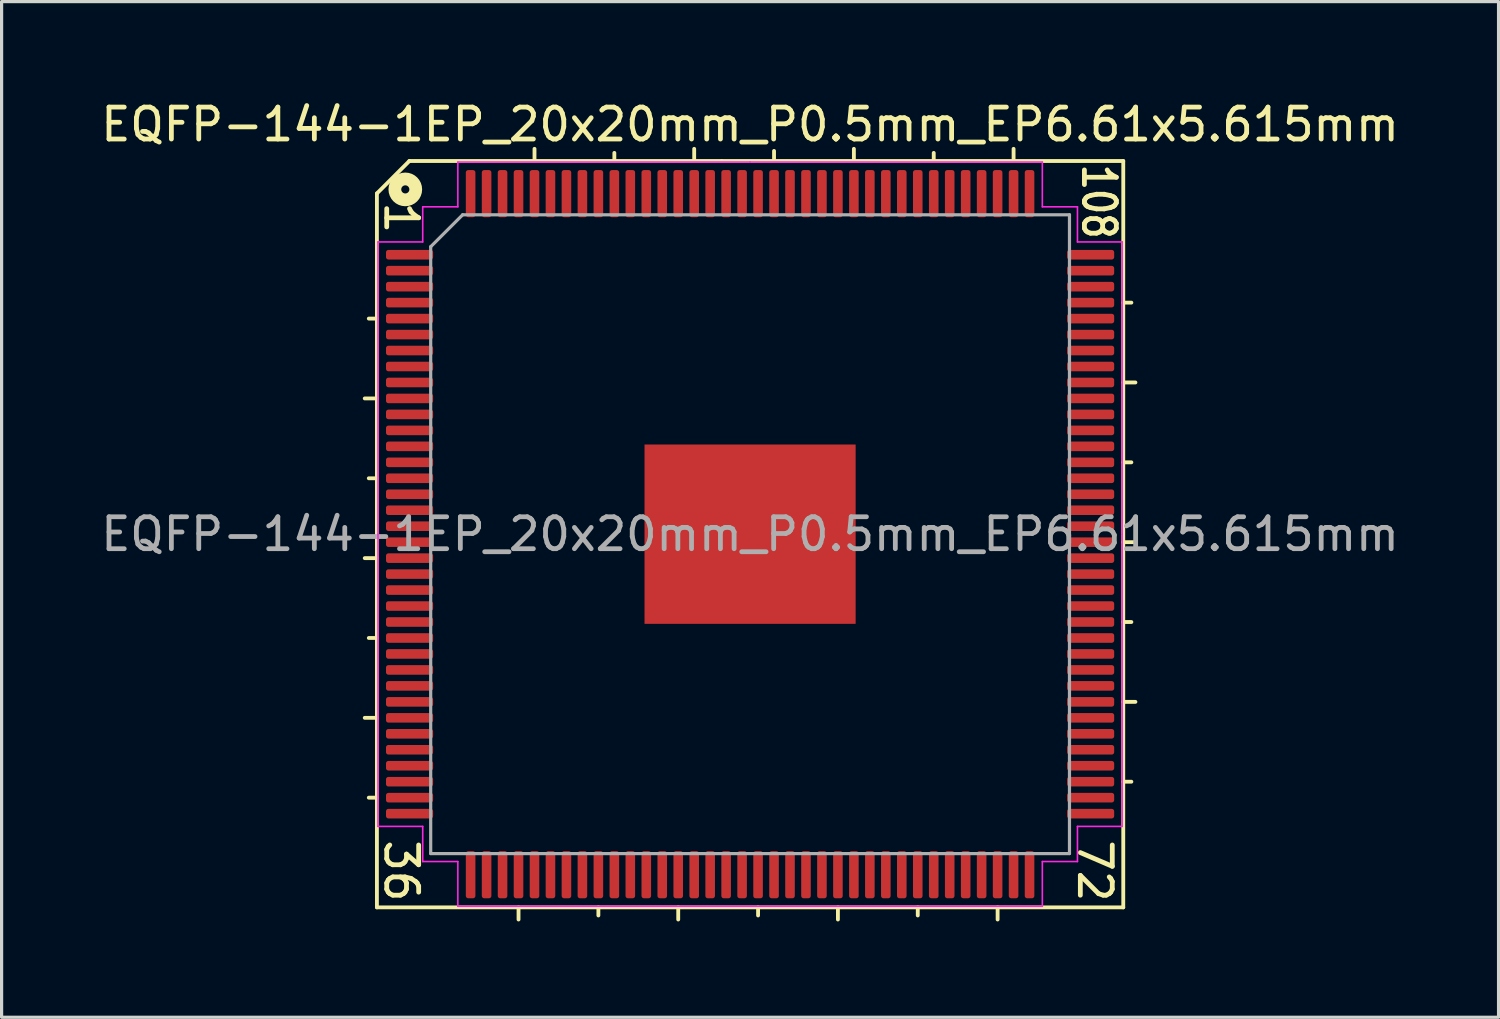
<source format=kicad_pcb>
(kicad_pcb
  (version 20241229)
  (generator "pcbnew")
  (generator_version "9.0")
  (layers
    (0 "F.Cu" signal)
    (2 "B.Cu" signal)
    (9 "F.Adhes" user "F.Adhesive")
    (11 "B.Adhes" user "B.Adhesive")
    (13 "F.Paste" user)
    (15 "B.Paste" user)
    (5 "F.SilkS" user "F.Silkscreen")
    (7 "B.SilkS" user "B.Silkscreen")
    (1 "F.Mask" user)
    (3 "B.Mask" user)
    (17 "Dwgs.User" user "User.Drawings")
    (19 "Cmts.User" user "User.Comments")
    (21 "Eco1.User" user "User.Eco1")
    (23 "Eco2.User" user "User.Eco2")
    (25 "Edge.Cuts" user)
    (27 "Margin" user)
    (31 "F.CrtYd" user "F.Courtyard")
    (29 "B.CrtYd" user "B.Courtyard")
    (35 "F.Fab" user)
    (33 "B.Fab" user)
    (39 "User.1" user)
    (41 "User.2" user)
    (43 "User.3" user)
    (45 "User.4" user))
  (footprint "EQFP-144-1EP_20x20mm_P0.5mm_EP6.61x5.615mm"
    (layer "F.Cu")
    (at 20.435 13.675)
    (property "Reference" "EQFP-144-1EP_20x20mm_P0.5mm_EP6.61x5.615mm" (at 0 -12.827 0) (layer "F.SilkS") (effects (font (size 1 1) (thickness 0.15))))
    (attr smd)
    (fp_line (start -11.684 -10.668) (end -11.684 11.684) (stroke (width 0.12) (type solid)) (layer "F.SilkS"))
    (fp_line (start -11.684 -6.75) (end -11.938 -6.75) (stroke (width 0.12) (type solid)) (layer "F.SilkS"))
    (fp_line (start -11.684 -4.25) (end -12.065 -4.25) (stroke (width 0.12) (type solid)) (layer "F.SilkS"))
    (fp_line (start -11.684 -1.75) (end -11.938 -1.75) (stroke (width 0.12) (type solid)) (layer "F.SilkS"))
    (fp_line (start -11.684 0.75) (end -12.065 0.75) (stroke (width 0.12) (type solid)) (layer "F.SilkS"))
    (fp_line (start -11.684 3.25) (end -11.938 3.25) (stroke (width 0.12) (type solid)) (layer "F.SilkS"))
    (fp_line (start -11.684 5.75) (end -12.065 5.75) (stroke (width 0.12) (type solid)) (layer "F.SilkS"))
    (fp_line (start -11.684 8.25) (end -11.938 8.25) (stroke (width 0.12) (type solid)) (layer "F.SilkS"))
    (fp_line (start -11.684 11.684) (end 11.684 11.684) (stroke (width 0.12) (type solid)) (layer "F.SilkS"))
    (fp_line (start -10.668 -11.684) (end -11.684 -10.668) (stroke (width 0.12) (type solid)) (layer "F.SilkS"))
    (fp_line (start -7.25 11.684) (end -7.25 12.065) (stroke (width 0.12) (type solid)) (layer "F.SilkS"))
    (fp_line (start -6.75 -11.684) (end -6.75 -12.065) (stroke (width 0.12) (type solid)) (layer "F.SilkS"))
    (fp_line (start -4.75 11.684) (end -4.75 11.938) (stroke (width 0.12) (type solid)) (layer "F.SilkS"))
    (fp_line (start -4.25 -11.684) (end -4.25 -11.938) (stroke (width 0.12) (type solid)) (layer "F.SilkS"))
    (fp_line (start -2.25 11.684) (end -2.25 12.065) (stroke (width 0.12) (type solid)) (layer "F.SilkS"))
    (fp_line (start -1.75 -11.684) (end -1.75 -12.065) (stroke (width 0.12) (type solid)) (layer "F.SilkS"))
    (fp_line (start -0.889 -11.684) (end -10.668 -11.684) (stroke (width 0.12) (type solid)) (layer "F.SilkS"))
    (fp_line (start 0.25 11.684) (end 0.25 11.938) (stroke (width 0.12) (type solid)) (layer "F.SilkS"))
    (fp_line (start 0.75 -11.75) (end 0.75 -12) (stroke (width 0.12) (type solid)) (layer "F.SilkS"))
    (fp_line (start 2.75 11.684) (end 2.75 12.065) (stroke (width 0.12) (type solid)) (layer "F.SilkS"))
    (fp_line (start 3.25 -11.684) (end 3.25 -12.065) (stroke (width 0.12) (type solid)) (layer "F.SilkS"))
    (fp_line (start 5.25 11.684) (end 5.25 11.938) (stroke (width 0.12) (type solid)) (layer "F.SilkS"))
    (fp_line (start 5.75 -11.684) (end 5.75 -11.938) (stroke (width 0.12) (type solid)) (layer "F.SilkS"))
    (fp_line (start 7.75 11.684) (end 7.75 12.065) (stroke (width 0.12) (type solid)) (layer "F.SilkS"))
    (fp_line (start 8.25 -11.684) (end 8.25 -12.065) (stroke (width 0.12) (type solid)) (layer "F.SilkS"))
    (fp_line (start 11.684 -11.684) (end -0.889 -11.684) (stroke (width 0.12) (type solid)) (layer "F.SilkS"))
    (fp_line (start 11.684 -7.25) (end 11.938 -7.25) (stroke (width 0.12) (type solid)) (layer "F.SilkS"))
    (fp_line (start 11.684 -4.75) (end 12.065 -4.75) (stroke (width 0.12) (type solid)) (layer "F.SilkS"))
    (fp_line (start 11.684 -2.25) (end 11.938 -2.25) (stroke (width 0.12) (type solid)) (layer "F.SilkS"))
    (fp_line (start 11.684 0.25) (end 12.065 0.25) (stroke (width 0.12) (type solid)) (layer "F.SilkS"))
    (fp_line (start 11.684 2.75) (end 11.938 2.75) (stroke (width 0.12) (type solid)) (layer "F.SilkS"))
    (fp_line (start 11.684 5.25) (end 12.065 5.25) (stroke (width 0.12) (type solid)) (layer "F.SilkS"))
    (fp_line (start 11.684 7.75) (end 11.938 7.75) (stroke (width 0.12) (type solid)) (layer "F.SilkS"))
    (fp_line (start 11.684 11.684) (end 11.684 -11.684) (stroke (width 0.12) (type solid)) (layer "F.SilkS"))
    (fp_circle (center -10.795 -10.795) (end -10.668 -10.795) (stroke (width 0.4) (type solid)) (fill no) (layer "F.SilkS"))
    (fp_line (start -11.65 -9.15) (end -11.65 0) (stroke (width 0.05) (type solid)) (layer "F.CrtYd"))
    (fp_line (start -11.65 9.15) (end -11.65 0) (stroke (width 0.05) (type solid)) (layer "F.CrtYd"))
    (fp_line (start -10.25 -10.25) (end -10.25 -9.15) (stroke (width 0.05) (type solid)) (layer "F.CrtYd"))
    (fp_line (start -10.25 -9.15) (end -11.65 -9.15) (stroke (width 0.05) (type solid)) (layer "F.CrtYd"))
    (fp_line (start -10.25 9.15) (end -11.65 9.15) (stroke (width 0.05) (type solid)) (layer "F.CrtYd"))
    (fp_line (start -10.25 10.25) (end -10.25 9.15) (stroke (width 0.05) (type solid)) (layer "F.CrtYd"))
    (fp_line (start -9.15 -11.65) (end -9.15 -10.25) (stroke (width 0.05) (type solid)) (layer "F.CrtYd"))
    (fp_line (start -9.15 -10.25) (end -10.25 -10.25) (stroke (width 0.05) (type solid)) (layer "F.CrtYd"))
    (fp_line (start -9.15 10.25) (end -10.25 10.25) (stroke (width 0.05) (type solid)) (layer "F.CrtYd"))
    (fp_line (start -9.15 11.65) (end -9.15 10.25) (stroke (width 0.05) (type solid)) (layer "F.CrtYd"))
    (fp_line (start 0 -11.65) (end -9.15 -11.65) (stroke (width 0.05) (type solid)) (layer "F.CrtYd"))
    (fp_line (start 0 -11.65) (end 9.15 -11.65) (stroke (width 0.05) (type solid)) (layer "F.CrtYd"))
    (fp_line (start 0 11.65) (end -9.15 11.65) (stroke (width 0.05) (type solid)) (layer "F.CrtYd"))
    (fp_line (start 0 11.65) (end 9.15 11.65) (stroke (width 0.05) (type solid)) (layer "F.CrtYd"))
    (fp_line (start 9.15 -11.65) (end 9.15 -10.25) (stroke (width 0.05) (type solid)) (layer "F.CrtYd"))
    (fp_line (start 9.15 -10.25) (end 10.25 -10.25) (stroke (width 0.05) (type solid)) (layer "F.CrtYd"))
    (fp_line (start 9.15 10.25) (end 10.25 10.25) (stroke (width 0.05) (type solid)) (layer "F.CrtYd"))
    (fp_line (start 9.15 11.65) (end 9.15 10.25) (stroke (width 0.05) (type solid)) (layer "F.CrtYd"))
    (fp_line (start 10.25 -10.25) (end 10.25 -9.15) (stroke (width 0.05) (type solid)) (layer "F.CrtYd"))
    (fp_line (start 10.25 -9.15) (end 11.65 -9.15) (stroke (width 0.05) (type solid)) (layer "F.CrtYd"))
    (fp_line (start 10.25 9.15) (end 11.65 9.15) (stroke (width 0.05) (type solid)) (layer "F.CrtYd"))
    (fp_line (start 10.25 10.25) (end 10.25 9.15) (stroke (width 0.05) (type solid)) (layer "F.CrtYd"))
    (fp_line (start 11.65 -9.15) (end 11.65 0) (stroke (width 0.05) (type solid)) (layer "F.CrtYd"))
    (fp_line (start 11.65 9.15) (end 11.65 0) (stroke (width 0.05) (type solid)) (layer "F.CrtYd"))
    (fp_line (start -10 -9) (end -9 -10) (stroke (width 0.1) (type solid)) (layer "F.Fab"))
    (fp_line (start -10 10) (end -10 -9) (stroke (width 0.1) (type solid)) (layer "F.Fab"))
    (fp_line (start -9 -10) (end 10 -10) (stroke (width 0.1) (type solid)) (layer "F.Fab"))
    (fp_line (start 10 -10) (end 10 10) (stroke (width 0.1) (type solid)) (layer "F.Fab"))
    (fp_line (start 10 10) (end -10 10) (stroke (width 0.1) (type solid)) (layer "F.Fab"))
    (fp_text user "72" (at 10.795 10.541 270) (unlocked yes) (layer "F.SilkS") (effects (font (size 1 1) (thickness 0.15))))
    (fp_text user "108" (at 10.922 -10.414 270) (unlocked yes) (layer "F.SilkS") (effects (font (size 1 0.8) (thickness 0.15))))
    (fp_text user "36" (at -10.922 10.541 270) (unlocked yes) (layer "F.SilkS") (effects (font (size 1 1) (thickness 0.15))))
    (fp_text user "1" (at -10.922 -9.906 270) (unlocked yes) (layer "F.SilkS") (effects (font (size 1 1) (thickness 0.15))))
    (fp_text user "${REFERENCE}" (at 0 0 0) (layer "F.Fab") (effects (font (size 1 1) (thickness 0.15))))
    (pad "" smd roundrect (at -2.64 -2.1) (size 1.07 1.13) (layers "F.Paste") (roundrect_rratio 0.234))
    (pad "" smd roundrect (at -2.64 -0.7) (size 1.07 1.13) (layers "F.Paste") (roundrect_rratio 0.234))
    (pad "" smd roundrect (at -2.64 0.7) (size 1.07 1.13) (layers "F.Paste") (roundrect_rratio 0.234))
    (pad "" smd roundrect (at -2.64 2.1) (size 1.07 1.13) (layers "F.Paste") (roundrect_rratio 0.234))
    (pad "" smd roundrect (at -1.32 -2.1) (size 1.07 1.13) (layers "F.Paste") (roundrect_rratio 0.234))
    (pad "" smd roundrect (at -1.32 -0.7) (size 1.07 1.13) (layers "F.Paste") (roundrect_rratio 0.234))
    (pad "" smd roundrect (at -1.32 0.7) (size 1.07 1.13) (layers "F.Paste") (roundrect_rratio 0.234))
    (pad "" smd roundrect (at -1.32 2.1) (size 1.07 1.13) (layers "F.Paste") (roundrect_rratio 0.234))
    (pad "" smd roundrect (at 0 -2.1) (size 1.07 1.13) (layers "F.Paste") (roundrect_rratio 0.234))
    (pad "" smd roundrect (at 0 -0.7) (size 1.07 1.13) (layers "F.Paste") (roundrect_rratio 0.234))
    (pad "" smd roundrect (at 0 0.7) (size 1.07 1.13) (layers "F.Paste") (roundrect_rratio 0.234))
    (pad "" smd roundrect (at 0 2.1) (size 1.07 1.13) (layers "F.Paste") (roundrect_rratio 0.234))
    (pad "" smd roundrect (at 1.32 -2.1) (size 1.07 1.13) (layers "F.Paste") (roundrect_rratio 0.234))
    (pad "" smd roundrect (at 1.32 -0.7) (size 1.07 1.13) (layers "F.Paste") (roundrect_rratio 0.234))
    (pad "" smd roundrect (at 1.32 0.7) (size 1.07 1.13) (layers "F.Paste") (roundrect_rratio 0.234))
    (pad "" smd roundrect (at 1.32 2.1) (size 1.07 1.13) (layers "F.Paste") (roundrect_rratio 0.234))
    (pad "" smd roundrect (at 2.64 -2.1) (size 1.07 1.13) (layers "F.Paste") (roundrect_rratio 0.234))
    (pad "" smd roundrect (at 2.64 -0.7) (size 1.07 1.13) (layers "F.Paste") (roundrect_rratio 0.234))
    (pad "" smd roundrect (at 2.64 0.7) (size 1.07 1.13) (layers "F.Paste") (roundrect_rratio 0.234))
    (pad "" smd roundrect (at 2.64 2.1) (size 1.07 1.13) (layers "F.Paste") (roundrect_rratio 0.234))
    (pad "1" smd roundrect (at -10.662 -8.75) (size 1.475 0.3) (layers "F.Cu" "F.Mask" "F.Paste") (roundrect_rratio 0.25))
    (pad "2" smd roundrect (at -10.662 -8.25) (size 1.475 0.3) (layers "F.Cu" "F.Mask" "F.Paste") (roundrect_rratio 0.25))
    (pad "3" smd roundrect (at -10.662 -7.75) (size 1.475 0.3) (layers "F.Cu" "F.Mask" "F.Paste") (roundrect_rratio 0.25))
    (pad "4" smd roundrect (at -10.662 -7.25) (size 1.475 0.3) (layers "F.Cu" "F.Mask" "F.Paste") (roundrect_rratio 0.25))
    (pad "5" smd roundrect (at -10.662 -6.75) (size 1.475 0.3) (layers "F.Cu" "F.Mask" "F.Paste") (roundrect_rratio 0.25))
    (pad "6" smd roundrect (at -10.662 -6.25) (size 1.475 0.3) (layers "F.Cu" "F.Mask" "F.Paste") (roundrect_rratio 0.25))
    (pad "7" smd roundrect (at -10.662 -5.75) (size 1.475 0.3) (layers "F.Cu" "F.Mask" "F.Paste") (roundrect_rratio 0.25))
    (pad "8" smd roundrect (at -10.662 -5.25) (size 1.475 0.3) (layers "F.Cu" "F.Mask" "F.Paste") (roundrect_rratio 0.25))
    (pad "9" smd roundrect (at -10.662 -4.75) (size 1.475 0.3) (layers "F.Cu" "F.Mask" "F.Paste") (roundrect_rratio 0.25))
    (pad "10" smd roundrect (at -10.662 -4.25) (size 1.475 0.3) (layers "F.Cu" "F.Mask" "F.Paste") (roundrect_rratio 0.25))
    (pad "11" smd roundrect (at -10.662 -3.75) (size 1.475 0.3) (layers "F.Cu" "F.Mask" "F.Paste") (roundrect_rratio 0.25))
    (pad "12" smd roundrect (at -10.662 -3.25) (size 1.475 0.3) (layers "F.Cu" "F.Mask" "F.Paste") (roundrect_rratio 0.25))
    (pad "13" smd roundrect (at -10.662 -2.75) (size 1.475 0.3) (layers "F.Cu" "F.Mask" "F.Paste") (roundrect_rratio 0.25))
    (pad "14" smd roundrect (at -10.662 -2.25) (size 1.475 0.3) (layers "F.Cu" "F.Mask" "F.Paste") (roundrect_rratio 0.25))
    (pad "15" smd roundrect (at -10.662 -1.75) (size 1.475 0.3) (layers "F.Cu" "F.Mask" "F.Paste") (roundrect_rratio 0.25))
    (pad "16" smd roundrect (at -10.662 -1.25) (size 1.475 0.3) (layers "F.Cu" "F.Mask" "F.Paste") (roundrect_rratio 0.25))
    (pad "17" smd roundrect (at -10.662 -0.75) (size 1.475 0.3) (layers "F.Cu" "F.Mask" "F.Paste") (roundrect_rratio 0.25))
    (pad "18" smd roundrect (at -10.662 -0.25) (size 1.475 0.3) (layers "F.Cu" "F.Mask" "F.Paste") (roundrect_rratio 0.25))
    (pad "19" smd roundrect (at -10.662 0.25) (size 1.475 0.3) (layers "F.Cu" "F.Mask" "F.Paste") (roundrect_rratio 0.25))
    (pad "20" smd roundrect (at -10.662 0.75) (size 1.475 0.3) (layers "F.Cu" "F.Mask" "F.Paste") (roundrect_rratio 0.25))
    (pad "21" smd roundrect (at -10.662 1.25) (size 1.475 0.3) (layers "F.Cu" "F.Mask" "F.Paste") (roundrect_rratio 0.25))
    (pad "22" smd roundrect (at -10.662 1.75) (size 1.475 0.3) (layers "F.Cu" "F.Mask" "F.Paste") (roundrect_rratio 0.25))
    (pad "23" smd roundrect (at -10.662 2.25) (size 1.475 0.3) (layers "F.Cu" "F.Mask" "F.Paste") (roundrect_rratio 0.25))
    (pad "24" smd roundrect (at -10.662 2.75) (size 1.475 0.3) (layers "F.Cu" "F.Mask" "F.Paste") (roundrect_rratio 0.25))
    (pad "25" smd roundrect (at -10.662 3.25) (size 1.475 0.3) (layers "F.Cu" "F.Mask" "F.Paste") (roundrect_rratio 0.25))
    (pad "26" smd roundrect (at -10.662 3.75) (size 1.475 0.3) (layers "F.Cu" "F.Mask" "F.Paste") (roundrect_rratio 0.25))
    (pad "27" smd roundrect (at -10.662 4.25) (size 1.475 0.3) (layers "F.Cu" "F.Mask" "F.Paste") (roundrect_rratio 0.25))
    (pad "28" smd roundrect (at -10.662 4.75) (size 1.475 0.3) (layers "F.Cu" "F.Mask" "F.Paste") (roundrect_rratio 0.25))
    (pad "29" smd roundrect (at -10.662 5.25) (size 1.475 0.3) (layers "F.Cu" "F.Mask" "F.Paste") (roundrect_rratio 0.25))
    (pad "30" smd roundrect (at -10.662 5.75) (size 1.475 0.3) (layers "F.Cu" "F.Mask" "F.Paste") (roundrect_rratio 0.25))
    (pad "31" smd roundrect (at -10.662 6.25) (size 1.475 0.3) (layers "F.Cu" "F.Mask" "F.Paste") (roundrect_rratio 0.25))
    (pad "32" smd roundrect (at -10.662 6.75) (size 1.475 0.3) (layers "F.Cu" "F.Mask" "F.Paste") (roundrect_rratio 0.25))
    (pad "33" smd roundrect (at -10.662 7.25) (size 1.475 0.3) (layers "F.Cu" "F.Mask" "F.Paste") (roundrect_rratio 0.25))
    (pad "34" smd roundrect (at -10.662 7.75) (size 1.475 0.3) (layers "F.Cu" "F.Mask" "F.Paste") (roundrect_rratio 0.25))
    (pad "35" smd roundrect (at -10.662 8.25) (size 1.475 0.3) (layers "F.Cu" "F.Mask" "F.Paste") (roundrect_rratio 0.25))
    (pad "36" smd roundrect (at -10.662 8.75) (size 1.475 0.3) (layers "F.Cu" "F.Mask" "F.Paste") (roundrect_rratio 0.25))
    (pad "37" smd roundrect (at -8.75 10.662) (size 0.3 1.475) (layers "F.Cu" "F.Mask" "F.Paste") (roundrect_rratio 0.25))
    (pad "38" smd roundrect (at -8.25 10.662) (size 0.3 1.475) (layers "F.Cu" "F.Mask" "F.Paste") (roundrect_rratio 0.25))
    (pad "39" smd roundrect (at -7.75 10.662) (size 0.3 1.475) (layers "F.Cu" "F.Mask" "F.Paste") (roundrect_rratio 0.25))
    (pad "40" smd roundrect (at -7.25 10.662) (size 0.3 1.475) (layers "F.Cu" "F.Mask" "F.Paste") (roundrect_rratio 0.25))
    (pad "41" smd roundrect (at -6.75 10.662) (size 0.3 1.475) (layers "F.Cu" "F.Mask" "F.Paste") (roundrect_rratio 0.25))
    (pad "42" smd roundrect (at -6.25 10.662) (size 0.3 1.475) (layers "F.Cu" "F.Mask" "F.Paste") (roundrect_rratio 0.25))
    (pad "43" smd roundrect (at -5.75 10.662) (size 0.3 1.475) (layers "F.Cu" "F.Mask" "F.Paste") (roundrect_rratio 0.25))
    (pad "44" smd roundrect (at -5.25 10.662) (size 0.3 1.475) (layers "F.Cu" "F.Mask" "F.Paste") (roundrect_rratio 0.25))
    (pad "45" smd roundrect (at -4.75 10.662) (size 0.3 1.475) (layers "F.Cu" "F.Mask" "F.Paste") (roundrect_rratio 0.25))
    (pad "46" smd roundrect (at -4.25 10.662) (size 0.3 1.475) (layers "F.Cu" "F.Mask" "F.Paste") (roundrect_rratio 0.25))
    (pad "47" smd roundrect (at -3.75 10.662) (size 0.3 1.475) (layers "F.Cu" "F.Mask" "F.Paste") (roundrect_rratio 0.25))
    (pad "48" smd roundrect (at -3.25 10.662) (size 0.3 1.475) (layers "F.Cu" "F.Mask" "F.Paste") (roundrect_rratio 0.25))
    (pad "49" smd roundrect (at -2.75 10.662) (size 0.3 1.475) (layers "F.Cu" "F.Mask" "F.Paste") (roundrect_rratio 0.25))
    (pad "50" smd roundrect (at -2.25 10.662) (size 0.3 1.475) (layers "F.Cu" "F.Mask" "F.Paste") (roundrect_rratio 0.25))
    (pad "51" smd roundrect (at -1.75 10.662) (size 0.3 1.475) (layers "F.Cu" "F.Mask" "F.Paste") (roundrect_rratio 0.25))
    (pad "52" smd roundrect (at -1.25 10.662) (size 0.3 1.475) (layers "F.Cu" "F.Mask" "F.Paste") (roundrect_rratio 0.25))
    (pad "53" smd roundrect (at -0.75 10.662) (size 0.3 1.475) (layers "F.Cu" "F.Mask" "F.Paste") (roundrect_rratio 0.25))
    (pad "54" smd roundrect (at -0.25 10.662) (size 0.3 1.475) (layers "F.Cu" "F.Mask" "F.Paste") (roundrect_rratio 0.25))
    (pad "55" smd roundrect (at 0.25 10.662) (size 0.3 1.475) (layers "F.Cu" "F.Mask" "F.Paste") (roundrect_rratio 0.25))
    (pad "56" smd roundrect (at 0.75 10.662) (size 0.3 1.475) (layers "F.Cu" "F.Mask" "F.Paste") (roundrect_rratio 0.25))
    (pad "57" smd roundrect (at 1.25 10.662) (size 0.3 1.475) (layers "F.Cu" "F.Mask" "F.Paste") (roundrect_rratio 0.25))
    (pad "58" smd roundrect (at 1.75 10.662) (size 0.3 1.475) (layers "F.Cu" "F.Mask" "F.Paste") (roundrect_rratio 0.25))
    (pad "59" smd roundrect (at 2.25 10.662) (size 0.3 1.475) (layers "F.Cu" "F.Mask" "F.Paste") (roundrect_rratio 0.25))
    (pad "60" smd roundrect (at 2.75 10.662) (size 0.3 1.475) (layers "F.Cu" "F.Mask" "F.Paste") (roundrect_rratio 0.25))
    (pad "61" smd roundrect (at 3.25 10.662) (size 0.3 1.475) (layers "F.Cu" "F.Mask" "F.Paste") (roundrect_rratio 0.25))
    (pad "62" smd roundrect (at 3.75 10.662) (size 0.3 1.475) (layers "F.Cu" "F.Mask" "F.Paste") (roundrect_rratio 0.25))
    (pad "63" smd roundrect (at 4.25 10.662) (size 0.3 1.475) (layers "F.Cu" "F.Mask" "F.Paste") (roundrect_rratio 0.25))
    (pad "64" smd roundrect (at 4.75 10.662) (size 0.3 1.475) (layers "F.Cu" "F.Mask" "F.Paste") (roundrect_rratio 0.25))
    (pad "65" smd roundrect (at 5.25 10.662) (size 0.3 1.475) (layers "F.Cu" "F.Mask" "F.Paste") (roundrect_rratio 0.25))
    (pad "66" smd roundrect (at 5.75 10.662) (size 0.3 1.475) (layers "F.Cu" "F.Mask" "F.Paste") (roundrect_rratio 0.25))
    (pad "67" smd roundrect (at 6.25 10.662) (size 0.3 1.475) (layers "F.Cu" "F.Mask" "F.Paste") (roundrect_rratio 0.25))
    (pad "68" smd roundrect (at 6.75 10.662) (size 0.3 1.475) (layers "F.Cu" "F.Mask" "F.Paste") (roundrect_rratio 0.25))
    (pad "69" smd roundrect (at 7.25 10.662) (size 0.3 1.475) (layers "F.Cu" "F.Mask" "F.Paste") (roundrect_rratio 0.25))
    (pad "70" smd roundrect (at 7.75 10.662) (size 0.3 1.475) (layers "F.Cu" "F.Mask" "F.Paste") (roundrect_rratio 0.25))
    (pad "71" smd roundrect (at 8.25 10.662) (size 0.3 1.475) (layers "F.Cu" "F.Mask" "F.Paste") (roundrect_rratio 0.25))
    (pad "72" smd roundrect (at 8.75 10.662) (size 0.3 1.475) (layers "F.Cu" "F.Mask" "F.Paste") (roundrect_rratio 0.25))
    (pad "73" smd roundrect (at 10.662 8.75) (size 1.475 0.3) (layers "F.Cu" "F.Mask" "F.Paste") (roundrect_rratio 0.25))
    (pad "74" smd roundrect (at 10.662 8.25) (size 1.475 0.3) (layers "F.Cu" "F.Mask" "F.Paste") (roundrect_rratio 0.25))
    (pad "75" smd roundrect (at 10.662 7.75) (size 1.475 0.3) (layers "F.Cu" "F.Mask" "F.Paste") (roundrect_rratio 0.25))
    (pad "76" smd roundrect (at 10.662 7.25) (size 1.475 0.3) (layers "F.Cu" "F.Mask" "F.Paste") (roundrect_rratio 0.25))
    (pad "77" smd roundrect (at 10.662 6.75) (size 1.475 0.3) (layers "F.Cu" "F.Mask" "F.Paste") (roundrect_rratio 0.25))
    (pad "78" smd roundrect (at 10.662 6.25) (size 1.475 0.3) (layers "F.Cu" "F.Mask" "F.Paste") (roundrect_rratio 0.25))
    (pad "79" smd roundrect (at 10.662 5.75) (size 1.475 0.3) (layers "F.Cu" "F.Mask" "F.Paste") (roundrect_rratio 0.25))
    (pad "80" smd roundrect (at 10.662 5.25) (size 1.475 0.3) (layers "F.Cu" "F.Mask" "F.Paste") (roundrect_rratio 0.25))
    (pad "81" smd roundrect (at 10.662 4.75) (size 1.475 0.3) (layers "F.Cu" "F.Mask" "F.Paste") (roundrect_rratio 0.25))
    (pad "82" smd roundrect (at 10.662 4.25) (size 1.475 0.3) (layers "F.Cu" "F.Mask" "F.Paste") (roundrect_rratio 0.25))
    (pad "83" smd roundrect (at 10.662 3.75) (size 1.475 0.3) (layers "F.Cu" "F.Mask" "F.Paste") (roundrect_rratio 0.25))
    (pad "84" smd roundrect (at 10.662 3.25) (size 1.475 0.3) (layers "F.Cu" "F.Mask" "F.Paste") (roundrect_rratio 0.25))
    (pad "85" smd roundrect (at 10.662 2.75) (size 1.475 0.3) (layers "F.Cu" "F.Mask" "F.Paste") (roundrect_rratio 0.25))
    (pad "86" smd roundrect (at 10.662 2.25) (size 1.475 0.3) (layers "F.Cu" "F.Mask" "F.Paste") (roundrect_rratio 0.25))
    (pad "87" smd roundrect (at 10.662 1.75) (size 1.475 0.3) (layers "F.Cu" "F.Mask" "F.Paste") (roundrect_rratio 0.25))
    (pad "88" smd roundrect (at 10.662 1.25) (size 1.475 0.3) (layers "F.Cu" "F.Mask" "F.Paste") (roundrect_rratio 0.25))
    (pad "89" smd roundrect (at 10.662 0.75) (size 1.475 0.3) (layers "F.Cu" "F.Mask" "F.Paste") (roundrect_rratio 0.25))
    (pad "90" smd roundrect (at 10.662 0.25) (size 1.475 0.3) (layers "F.Cu" "F.Mask" "F.Paste") (roundrect_rratio 0.25))
    (pad "91" smd roundrect (at 10.662 -0.25) (size 1.475 0.3) (layers "F.Cu" "F.Mask" "F.Paste") (roundrect_rratio 0.25))
    (pad "92" smd roundrect (at 10.662 -0.75) (size 1.475 0.3) (layers "F.Cu" "F.Mask" "F.Paste") (roundrect_rratio 0.25))
    (pad "93" smd roundrect (at 10.662 -1.25) (size 1.475 0.3) (layers "F.Cu" "F.Mask" "F.Paste") (roundrect_rratio 0.25))
    (pad "94" smd roundrect (at 10.662 -1.75) (size 1.475 0.3) (layers "F.Cu" "F.Mask" "F.Paste") (roundrect_rratio 0.25))
    (pad "95" smd roundrect (at 10.662 -2.25) (size 1.475 0.3) (layers "F.Cu" "F.Mask" "F.Paste") (roundrect_rratio 0.25))
    (pad "96" smd roundrect (at 10.662 -2.75) (size 1.475 0.3) (layers "F.Cu" "F.Mask" "F.Paste") (roundrect_rratio 0.25))
    (pad "97" smd roundrect (at 10.662 -3.25) (size 1.475 0.3) (layers "F.Cu" "F.Mask" "F.Paste") (roundrect_rratio 0.25))
    (pad "98" smd roundrect (at 10.662 -3.75) (size 1.475 0.3) (layers "F.Cu" "F.Mask" "F.Paste") (roundrect_rratio 0.25))
    (pad "99" smd roundrect (at 10.662 -4.25) (size 1.475 0.3) (layers "F.Cu" "F.Mask" "F.Paste") (roundrect_rratio 0.25))
    (pad "100" smd roundrect (at 10.662 -4.75) (size 1.475 0.3) (layers "F.Cu" "F.Mask" "F.Paste") (roundrect_rratio 0.25))
    (pad "101" smd roundrect (at 10.662 -5.25) (size 1.475 0.3) (layers "F.Cu" "F.Mask" "F.Paste") (roundrect_rratio 0.25))
    (pad "102" smd roundrect (at 10.662 -5.75) (size 1.475 0.3) (layers "F.Cu" "F.Mask" "F.Paste") (roundrect_rratio 0.25))
    (pad "103" smd roundrect (at 10.662 -6.25) (size 1.475 0.3) (layers "F.Cu" "F.Mask" "F.Paste") (roundrect_rratio 0.25))
    (pad "104" smd roundrect (at 10.662 -6.75) (size 1.475 0.3) (layers "F.Cu" "F.Mask" "F.Paste") (roundrect_rratio 0.25))
    (pad "105" smd roundrect (at 10.662 -7.25) (size 1.475 0.3) (layers "F.Cu" "F.Mask" "F.Paste") (roundrect_rratio 0.25))
    (pad "106" smd roundrect (at 10.662 -7.75) (size 1.475 0.3) (layers "F.Cu" "F.Mask" "F.Paste") (roundrect_rratio 0.25))
    (pad "107" smd roundrect (at 10.662 -8.25) (size 1.475 0.3) (layers "F.Cu" "F.Mask" "F.Paste") (roundrect_rratio 0.25))
    (pad "108" smd roundrect (at 10.662 -8.75) (size 1.475 0.3) (layers "F.Cu" "F.Mask" "F.Paste") (roundrect_rratio 0.25))
    (pad "109" smd roundrect (at 8.75 -10.662) (size 0.3 1.475) (layers "F.Cu" "F.Mask" "F.Paste") (roundrect_rratio 0.25))
    (pad "110" smd roundrect (at 8.25 -10.662) (size 0.3 1.475) (layers "F.Cu" "F.Mask" "F.Paste") (roundrect_rratio 0.25))
    (pad "111" smd roundrect (at 7.75 -10.662) (size 0.3 1.475) (layers "F.Cu" "F.Mask" "F.Paste") (roundrect_rratio 0.25))
    (pad "112" smd roundrect (at 7.25 -10.662) (size 0.3 1.475) (layers "F.Cu" "F.Mask" "F.Paste") (roundrect_rratio 0.25))
    (pad "113" smd roundrect (at 6.75 -10.662) (size 0.3 1.475) (layers "F.Cu" "F.Mask" "F.Paste") (roundrect_rratio 0.25))
    (pad "114" smd roundrect (at 6.25 -10.662) (size 0.3 1.475) (layers "F.Cu" "F.Mask" "F.Paste") (roundrect_rratio 0.25))
    (pad "115" smd roundrect (at 5.75 -10.662) (size 0.3 1.475) (layers "F.Cu" "F.Mask" "F.Paste") (roundrect_rratio 0.25))
    (pad "116" smd roundrect (at 5.25 -10.662) (size 0.3 1.475) (layers "F.Cu" "F.Mask" "F.Paste") (roundrect_rratio 0.25))
    (pad "117" smd roundrect (at 4.75 -10.662) (size 0.3 1.475) (layers "F.Cu" "F.Mask" "F.Paste") (roundrect_rratio 0.25))
    (pad "118" smd roundrect (at 4.25 -10.662) (size 0.3 1.475) (layers "F.Cu" "F.Mask" "F.Paste") (roundrect_rratio 0.25))
    (pad "119" smd roundrect (at 3.75 -10.662) (size 0.3 1.475) (layers "F.Cu" "F.Mask" "F.Paste") (roundrect_rratio 0.25))
    (pad "120" smd roundrect (at 3.25 -10.662) (size 0.3 1.475) (layers "F.Cu" "F.Mask" "F.Paste") (roundrect_rratio 0.25))
    (pad "121" smd roundrect (at 2.75 -10.662) (size 0.3 1.475) (layers "F.Cu" "F.Mask" "F.Paste") (roundrect_rratio 0.25))
    (pad "122" smd roundrect (at 2.25 -10.662) (size 0.3 1.475) (layers "F.Cu" "F.Mask" "F.Paste") (roundrect_rratio 0.25))
    (pad "123" smd roundrect (at 1.75 -10.662) (size 0.3 1.475) (layers "F.Cu" "F.Mask" "F.Paste") (roundrect_rratio 0.25))
    (pad "124" smd roundrect (at 1.25 -10.662) (size 0.3 1.475) (layers "F.Cu" "F.Mask" "F.Paste") (roundrect_rratio 0.25))
    (pad "125" smd roundrect (at 0.75 -10.662) (size 0.3 1.475) (layers "F.Cu" "F.Mask" "F.Paste") (roundrect_rratio 0.25))
    (pad "126" smd roundrect (at 0.25 -10.662) (size 0.3 1.475) (layers "F.Cu" "F.Mask" "F.Paste") (roundrect_rratio 0.25))
    (pad "127" smd roundrect (at -0.25 -10.662) (size 0.3 1.475) (layers "F.Cu" "F.Mask" "F.Paste") (roundrect_rratio 0.25))
    (pad "128" smd roundrect (at -0.75 -10.662) (size 0.3 1.475) (layers "F.Cu" "F.Mask" "F.Paste") (roundrect_rratio 0.25))
    (pad "129" smd roundrect (at -1.25 -10.662) (size 0.3 1.475) (layers "F.Cu" "F.Mask" "F.Paste") (roundrect_rratio 0.25))
    (pad "130" smd roundrect (at -1.75 -10.662) (size 0.3 1.475) (layers "F.Cu" "F.Mask" "F.Paste") (roundrect_rratio 0.25))
    (pad "131" smd roundrect (at -2.25 -10.662) (size 0.3 1.475) (layers "F.Cu" "F.Mask" "F.Paste") (roundrect_rratio 0.25))
    (pad "132" smd roundrect (at -2.75 -10.662) (size 0.3 1.475) (layers "F.Cu" "F.Mask" "F.Paste") (roundrect_rratio 0.25))
    (pad "133" smd roundrect (at -3.25 -10.662) (size 0.3 1.475) (layers "F.Cu" "F.Mask" "F.Paste") (roundrect_rratio 0.25))
    (pad "134" smd roundrect (at -3.75 -10.662) (size 0.3 1.475) (layers "F.Cu" "F.Mask" "F.Paste") (roundrect_rratio 0.25))
    (pad "135" smd roundrect (at -4.25 -10.662) (size 0.3 1.475) (layers "F.Cu" "F.Mask" "F.Paste") (roundrect_rratio 0.25))
    (pad "136" smd roundrect (at -4.75 -10.662) (size 0.3 1.475) (layers "F.Cu" "F.Mask" "F.Paste") (roundrect_rratio 0.25))
    (pad "137" smd roundrect (at -5.25 -10.662) (size 0.3 1.475) (layers "F.Cu" "F.Mask" "F.Paste") (roundrect_rratio 0.25))
    (pad "138" smd roundrect (at -5.75 -10.662) (size 0.3 1.475) (layers "F.Cu" "F.Mask" "F.Paste") (roundrect_rratio 0.25))
    (pad "139" smd roundrect (at -6.25 -10.662) (size 0.3 1.475) (layers "F.Cu" "F.Mask" "F.Paste") (roundrect_rratio 0.25))
    (pad "140" smd roundrect (at -6.75 -10.662) (size 0.3 1.475) (layers "F.Cu" "F.Mask" "F.Paste") (roundrect_rratio 0.25))
    (pad "141" smd roundrect (at -7.25 -10.662) (size 0.3 1.475) (layers "F.Cu" "F.Mask" "F.Paste") (roundrect_rratio 0.25))
    (pad "142" smd roundrect (at -7.75 -10.662) (size 0.3 1.475) (layers "F.Cu" "F.Mask" "F.Paste") (roundrect_rratio 0.25))
    (pad "143" smd roundrect (at -8.25 -10.662) (size 0.3 1.475) (layers "F.Cu" "F.Mask" "F.Paste") (roundrect_rratio 0.25))
    (pad "144" smd roundrect (at -8.75 -10.662) (size 0.3 1.475) (layers "F.Cu" "F.Mask" "F.Paste") (roundrect_rratio 0.25))
    (pad "145" smd rect (at 0 0) (size 6.61 5.615) (layers "F.Cu" "F.Mask")))
  (gr_rect
    (start -3 -3)
    (end 43.869 28.8)
    (stroke (width 0.1) (type default))
    (fill no)
    (layer "Edge.Cuts")))
</source>
